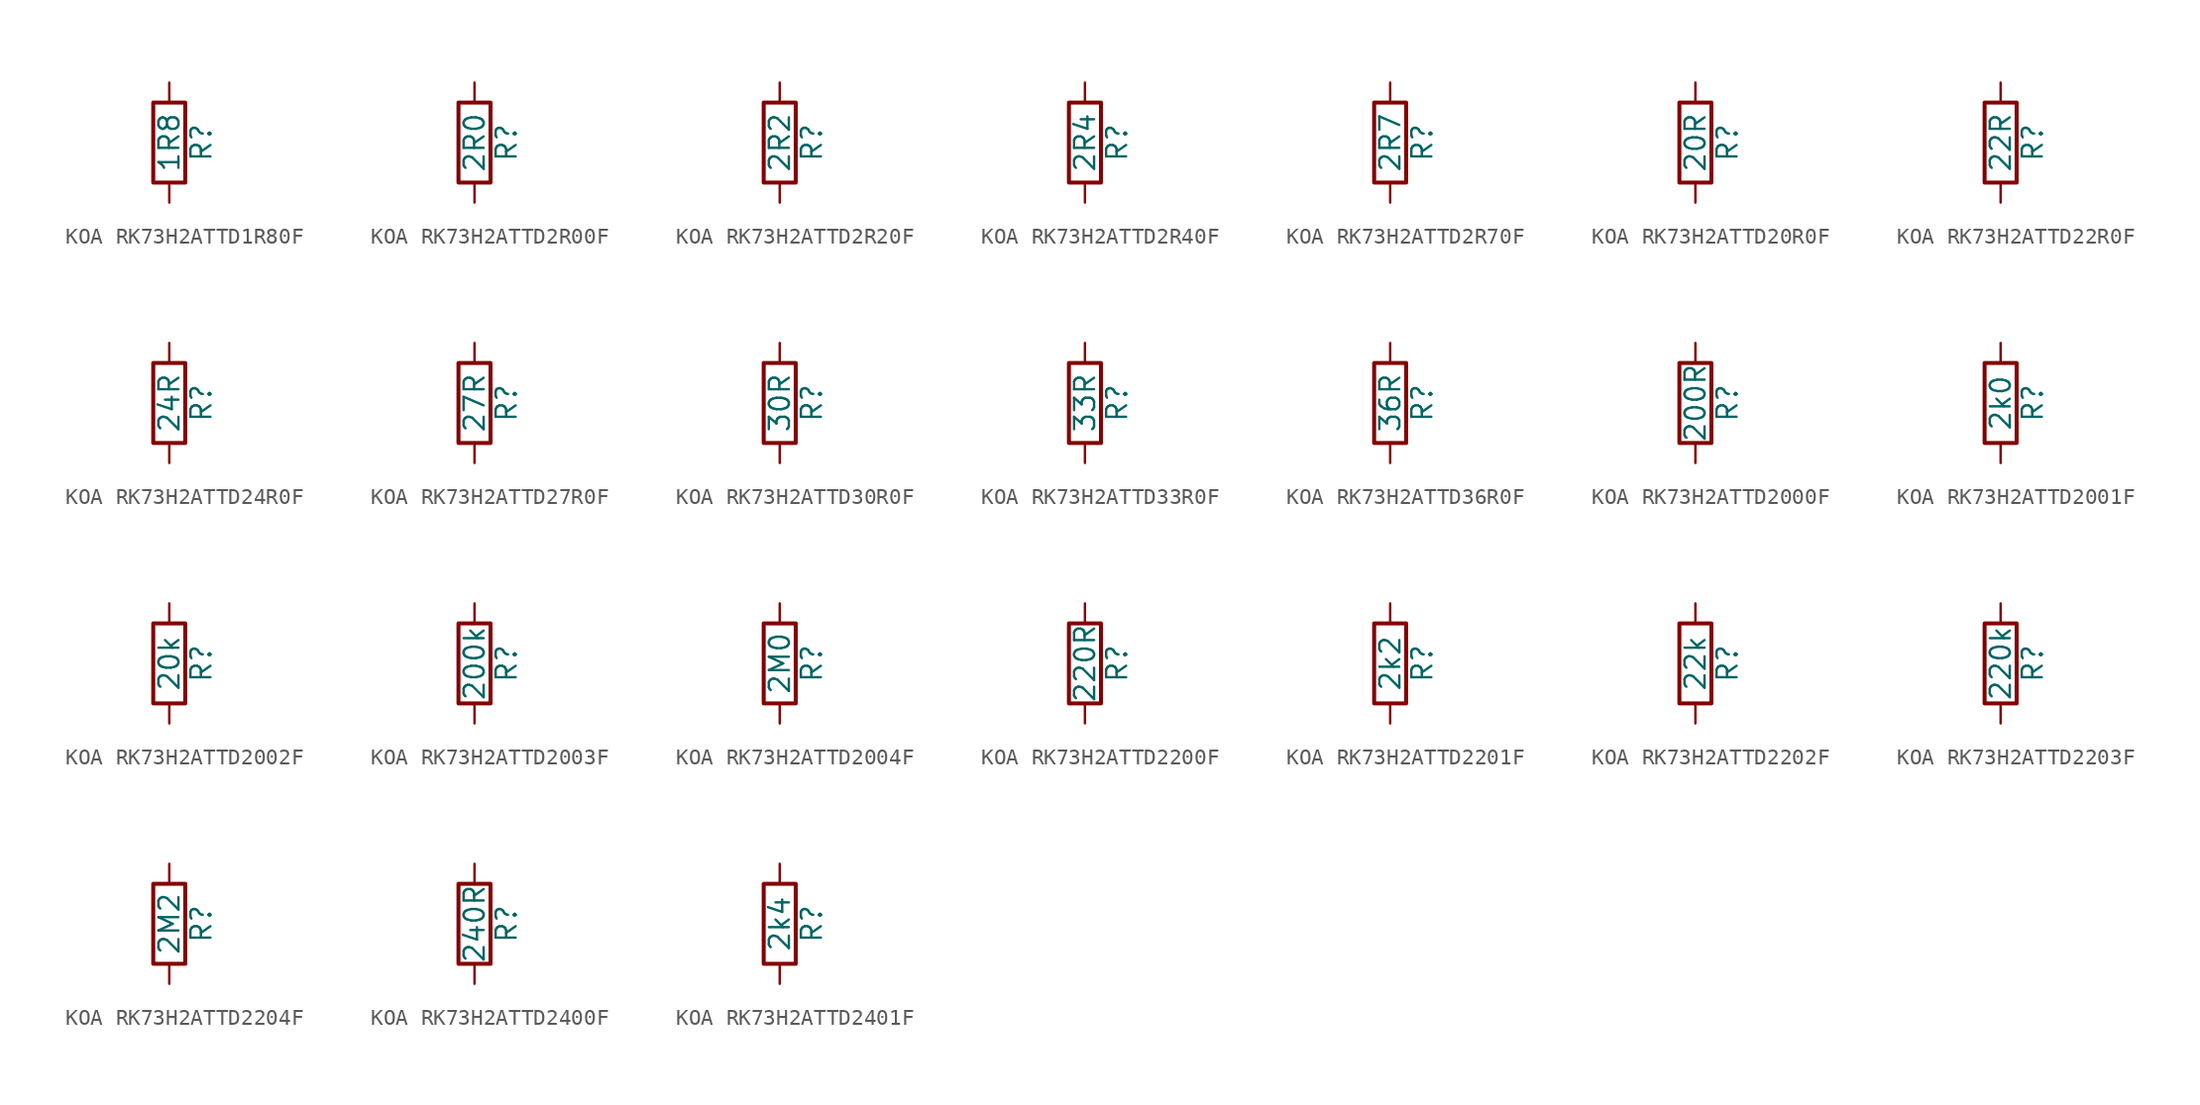
<source format=kicad_sym>
(kicad_symbol_lib
  (version 20220914)
  (generator kicad_symbol_editor)
  (symbol "KOA RK73H2ATTD1R80F"
    (pin_numbers hide)
    (pin_names
      (offset 0))
    (property "Reference" "R"
      (at 2.032 0 90)
      (effects (font (size 1.27 1.27))))
    (property "Value" "1R8"
      (at 0 0 90)
      (effects (font (size 1.27 1.27))))
    (symbol "KOA RK73H2ATTD1R80F_0_1"
      (rectangle (start -1.016 -2.54) (end 1.016 2.54) (stroke (width 0.254) (type default)) (fill (type none))))
    (symbol "KOA RK73H2ATTD1R80F_1_1"
      (pin passive line (at 0 3.81 270) (length 1.27) (name "~" (effects (font (size 1.27 1.27)))) (number "1" (effects (font (size 1.27 1.27)))))
      (pin passive line (at 0 -3.81 90) (length 1.27) (name "~" (effects (font (size 1.27 1.27)))) (number "2" (effects (font (size 1.27 1.27)))))))
  (symbol "KOA RK73H2ATTD2R00F"
    (pin_numbers hide)
    (pin_names
      (offset 0))
    (property "Reference" "R"
      (at 2.032 0 90)
      (effects (font (size 1.27 1.27))))
    (property "Value" "2R0"
      (at 0 0 90)
      (effects (font (size 1.27 1.27))))
    (symbol "KOA RK73H2ATTD2R00F_0_1"
      (rectangle (start -1.016 -2.54) (end 1.016 2.54) (stroke (width 0.254) (type default)) (fill (type none))))
    (symbol "KOA RK73H2ATTD2R00F_1_1"
      (pin passive line (at 0 3.81 270) (length 1.27) (name "~" (effects (font (size 1.27 1.27)))) (number "1" (effects (font (size 1.27 1.27)))))
      (pin passive line (at 0 -3.81 90) (length 1.27) (name "~" (effects (font (size 1.27 1.27)))) (number "2" (effects (font (size 1.27 1.27)))))))
  (symbol "KOA RK73H2ATTD2R20F"
    (pin_numbers hide)
    (pin_names
      (offset 0))
    (property "Reference" "R"
      (at 2.032 0 90)
      (effects (font (size 1.27 1.27))))
    (property "Value" "2R2"
      (at 0 0 90)
      (effects (font (size 1.27 1.27))))
    (symbol "KOA RK73H2ATTD2R20F_0_1"
      (rectangle (start -1.016 -2.54) (end 1.016 2.54) (stroke (width 0.254) (type default)) (fill (type none))))
    (symbol "KOA RK73H2ATTD2R20F_1_1"
      (pin passive line (at 0 3.81 270) (length 1.27) (name "~" (effects (font (size 1.27 1.27)))) (number "1" (effects (font (size 1.27 1.27)))))
      (pin passive line (at 0 -3.81 90) (length 1.27) (name "~" (effects (font (size 1.27 1.27)))) (number "2" (effects (font (size 1.27 1.27)))))))
  (symbol "KOA RK73H2ATTD2R40F"
    (pin_numbers hide)
    (pin_names
      (offset 0))
    (property "Reference" "R"
      (at 2.032 0 90)
      (effects (font (size 1.27 1.27))))
    (property "Value" "2R4"
      (at 0 0 90)
      (effects (font (size 1.27 1.27))))
    (symbol "KOA RK73H2ATTD2R40F_0_1"
      (rectangle (start -1.016 -2.54) (end 1.016 2.54) (stroke (width 0.254) (type default)) (fill (type none))))
    (symbol "KOA RK73H2ATTD2R40F_1_1"
      (pin passive line (at 0 3.81 270) (length 1.27) (name "~" (effects (font (size 1.27 1.27)))) (number "1" (effects (font (size 1.27 1.27)))))
      (pin passive line (at 0 -3.81 90) (length 1.27) (name "~" (effects (font (size 1.27 1.27)))) (number "2" (effects (font (size 1.27 1.27)))))))
  (symbol "KOA RK73H2ATTD2R70F"
    (pin_numbers hide)
    (pin_names
      (offset 0))
    (property "Reference" "R"
      (at 2.032 0 90)
      (effects (font (size 1.27 1.27))))
    (property "Value" "2R7"
      (at 0 0 90)
      (effects (font (size 1.27 1.27))))
    (symbol "KOA RK73H2ATTD2R70F_0_1"
      (rectangle (start -1.016 -2.54) (end 1.016 2.54) (stroke (width 0.254) (type default)) (fill (type none))))
    (symbol "KOA RK73H2ATTD2R70F_1_1"
      (pin passive line (at 0 3.81 270) (length 1.27) (name "~" (effects (font (size 1.27 1.27)))) (number "1" (effects (font (size 1.27 1.27)))))
      (pin passive line (at 0 -3.81 90) (length 1.27) (name "~" (effects (font (size 1.27 1.27)))) (number "2" (effects (font (size 1.27 1.27)))))))
  (symbol "KOA RK73H2ATTD20R0F"
    (pin_numbers hide)
    (pin_names
      (offset 0))
    (property "Reference" "R"
      (at 2.032 0 90)
      (effects (font (size 1.27 1.27))))
    (property "Value" "20R"
      (at 0 0 90)
      (effects (font (size 1.27 1.27))))
    (symbol "KOA RK73H2ATTD20R0F_0_1"
      (rectangle (start -1.016 -2.54) (end 1.016 2.54) (stroke (width 0.254) (type default)) (fill (type none))))
    (symbol "KOA RK73H2ATTD20R0F_1_1"
      (pin passive line (at 0 3.81 270) (length 1.27) (name "~" (effects (font (size 1.27 1.27)))) (number "1" (effects (font (size 1.27 1.27)))))
      (pin passive line (at 0 -3.81 90) (length 1.27) (name "~" (effects (font (size 1.27 1.27)))) (number "2" (effects (font (size 1.27 1.27)))))))
  (symbol "KOA RK73H2ATTD22R0F"
    (pin_numbers hide)
    (pin_names
      (offset 0))
    (property "Reference" "R"
      (at 2.032 0 90)
      (effects (font (size 1.27 1.27))))
    (property "Value" "22R"
      (at 0 0 90)
      (effects (font (size 1.27 1.27))))
    (symbol "KOA RK73H2ATTD22R0F_0_1"
      (rectangle (start -1.016 -2.54) (end 1.016 2.54) (stroke (width 0.254) (type default)) (fill (type none))))
    (symbol "KOA RK73H2ATTD22R0F_1_1"
      (pin passive line (at 0 3.81 270) (length 1.27) (name "~" (effects (font (size 1.27 1.27)))) (number "1" (effects (font (size 1.27 1.27)))))
      (pin passive line (at 0 -3.81 90) (length 1.27) (name "~" (effects (font (size 1.27 1.27)))) (number "2" (effects (font (size 1.27 1.27)))))))
  (symbol "KOA RK73H2ATTD24R0F"
    (pin_numbers hide)
    (pin_names
      (offset 0))
    (property "Reference" "R"
      (at 2.032 0 90)
      (effects (font (size 1.27 1.27))))
    (property "Value" "24R"
      (at 0 0 90)
      (effects (font (size 1.27 1.27))))
    (symbol "KOA RK73H2ATTD24R0F_0_1"
      (rectangle (start -1.016 -2.54) (end 1.016 2.54) (stroke (width 0.254) (type default)) (fill (type none))))
    (symbol "KOA RK73H2ATTD24R0F_1_1"
      (pin passive line (at 0 3.81 270) (length 1.27) (name "~" (effects (font (size 1.27 1.27)))) (number "1" (effects (font (size 1.27 1.27)))))
      (pin passive line (at 0 -3.81 90) (length 1.27) (name "~" (effects (font (size 1.27 1.27)))) (number "2" (effects (font (size 1.27 1.27)))))))
  (symbol "KOA RK73H2ATTD27R0F"
    (pin_numbers hide)
    (pin_names
      (offset 0))
    (property "Reference" "R"
      (at 2.032 0 90)
      (effects (font (size 1.27 1.27))))
    (property "Value" "27R"
      (at 0 0 90)
      (effects (font (size 1.27 1.27))))
    (symbol "KOA RK73H2ATTD27R0F_0_1"
      (rectangle (start -1.016 -2.54) (end 1.016 2.54) (stroke (width 0.254) (type default)) (fill (type none))))
    (symbol "KOA RK73H2ATTD27R0F_1_1"
      (pin passive line (at 0 3.81 270) (length 1.27) (name "~" (effects (font (size 1.27 1.27)))) (number "1" (effects (font (size 1.27 1.27)))))
      (pin passive line (at 0 -3.81 90) (length 1.27) (name "~" (effects (font (size 1.27 1.27)))) (number "2" (effects (font (size 1.27 1.27)))))))
  (symbol "KOA RK73H2ATTD30R0F"
    (pin_numbers hide)
    (pin_names
      (offset 0))
    (property "Reference" "R"
      (at 2.032 0 90)
      (effects (font (size 1.27 1.27))))
    (property "Value" "30R"
      (at 0 0 90)
      (effects (font (size 1.27 1.27))))
    (symbol "KOA RK73H2ATTD30R0F_0_1"
      (rectangle (start -1.016 -2.54) (end 1.016 2.54) (stroke (width 0.254) (type default)) (fill (type none))))
    (symbol "KOA RK73H2ATTD30R0F_1_1"
      (pin passive line (at 0 3.81 270) (length 1.27) (name "~" (effects (font (size 1.27 1.27)))) (number "1" (effects (font (size 1.27 1.27)))))
      (pin passive line (at 0 -3.81 90) (length 1.27) (name "~" (effects (font (size 1.27 1.27)))) (number "2" (effects (font (size 1.27 1.27)))))))
  (symbol "KOA RK73H2ATTD33R0F"
    (pin_numbers hide)
    (pin_names
      (offset 0))
    (property "Reference" "R"
      (at 2.032 0 90)
      (effects (font (size 1.27 1.27))))
    (property "Value" "33R"
      (at 0 0 90)
      (effects (font (size 1.27 1.27))))
    (symbol "KOA RK73H2ATTD33R0F_0_1"
      (rectangle (start -1.016 -2.54) (end 1.016 2.54) (stroke (width 0.254) (type default)) (fill (type none))))
    (symbol "KOA RK73H2ATTD33R0F_1_1"
      (pin passive line (at 0 3.81 270) (length 1.27) (name "~" (effects (font (size 1.27 1.27)))) (number "1" (effects (font (size 1.27 1.27)))))
      (pin passive line (at 0 -3.81 90) (length 1.27) (name "~" (effects (font (size 1.27 1.27)))) (number "2" (effects (font (size 1.27 1.27)))))))
  (symbol "KOA RK73H2ATTD36R0F"
    (pin_numbers hide)
    (pin_names
      (offset 0))
    (property "Reference" "R"
      (at 2.032 0 90)
      (effects (font (size 1.27 1.27))))
    (property "Value" "36R"
      (at 0 0 90)
      (effects (font (size 1.27 1.27))))
    (symbol "KOA RK73H2ATTD36R0F_0_1"
      (rectangle (start -1.016 -2.54) (end 1.016 2.54) (stroke (width 0.254) (type default)) (fill (type none))))
    (symbol "KOA RK73H2ATTD36R0F_1_1"
      (pin passive line (at 0 3.81 270) (length 1.27) (name "~" (effects (font (size 1.27 1.27)))) (number "1" (effects (font (size 1.27 1.27)))))
      (pin passive line (at 0 -3.81 90) (length 1.27) (name "~" (effects (font (size 1.27 1.27)))) (number "2" (effects (font (size 1.27 1.27)))))))
  (symbol "KOA RK73H2ATTD2000F"
    (pin_numbers hide)
    (pin_names
      (offset 0))
    (property "Reference" "R"
      (at 2.032 0 90)
      (effects (font (size 1.27 1.27))))
    (property "Value" "200R"
      (at 0 0 90)
      (effects (font (size 1.27 1.27))))
    (symbol "KOA RK73H2ATTD2000F_0_1"
      (rectangle (start -1.016 -2.54) (end 1.016 2.54) (stroke (width 0.254) (type default)) (fill (type none))))
    (symbol "KOA RK73H2ATTD2000F_1_1"
      (pin passive line (at 0 3.81 270) (length 1.27) (name "~" (effects (font (size 1.27 1.27)))) (number "1" (effects (font (size 1.27 1.27)))))
      (pin passive line (at 0 -3.81 90) (length 1.27) (name "~" (effects (font (size 1.27 1.27)))) (number "2" (effects (font (size 1.27 1.27)))))))
  (symbol "KOA RK73H2ATTD2001F"
    (pin_numbers hide)
    (pin_names
      (offset 0))
    (property "Reference" "R"
      (at 2.032 0 90)
      (effects (font (size 1.27 1.27))))
    (property "Value" "2k0"
      (at 0 0 90)
      (effects (font (size 1.27 1.27))))
    (symbol "KOA RK73H2ATTD2001F_0_1"
      (rectangle (start -1.016 -2.54) (end 1.016 2.54) (stroke (width 0.254) (type default)) (fill (type none))))
    (symbol "KOA RK73H2ATTD2001F_1_1"
      (pin passive line (at 0 3.81 270) (length 1.27) (name "~" (effects (font (size 1.27 1.27)))) (number "1" (effects (font (size 1.27 1.27)))))
      (pin passive line (at 0 -3.81 90) (length 1.27) (name "~" (effects (font (size 1.27 1.27)))) (number "2" (effects (font (size 1.27 1.27)))))))
  (symbol "KOA RK73H2ATTD2002F"
    (pin_numbers hide)
    (pin_names
      (offset 0))
    (property "Reference" "R"
      (at 2.032 0 90)
      (effects (font (size 1.27 1.27))))
    (property "Value" "20k"
      (at 0 0 90)
      (effects (font (size 1.27 1.27))))
    (symbol "KOA RK73H2ATTD2002F_0_1"
      (rectangle (start -1.016 -2.54) (end 1.016 2.54) (stroke (width 0.254) (type default)) (fill (type none))))
    (symbol "KOA RK73H2ATTD2002F_1_1"
      (pin passive line (at 0 3.81 270) (length 1.27) (name "~" (effects (font (size 1.27 1.27)))) (number "1" (effects (font (size 1.27 1.27)))))
      (pin passive line (at 0 -3.81 90) (length 1.27) (name "~" (effects (font (size 1.27 1.27)))) (number "2" (effects (font (size 1.27 1.27)))))))
  (symbol "KOA RK73H2ATTD2003F"
    (pin_numbers hide)
    (pin_names
      (offset 0))
    (property "Reference" "R"
      (at 2.032 0 90)
      (effects (font (size 1.27 1.27))))
    (property "Value" "200k"
      (at 0 0 90)
      (effects (font (size 1.27 1.27))))
    (symbol "KOA RK73H2ATTD2003F_0_1"
      (rectangle (start -1.016 -2.54) (end 1.016 2.54) (stroke (width 0.254) (type default)) (fill (type none))))
    (symbol "KOA RK73H2ATTD2003F_1_1"
      (pin passive line (at 0 3.81 270) (length 1.27) (name "~" (effects (font (size 1.27 1.27)))) (number "1" (effects (font (size 1.27 1.27)))))
      (pin passive line (at 0 -3.81 90) (length 1.27) (name "~" (effects (font (size 1.27 1.27)))) (number "2" (effects (font (size 1.27 1.27)))))))
  (symbol "KOA RK73H2ATTD2004F"
    (pin_numbers hide)
    (pin_names
      (offset 0))
    (property "Reference" "R"
      (at 2.032 0 90)
      (effects (font (size 1.27 1.27))))
    (property "Value" "2M0"
      (at 0 0 90)
      (effects (font (size 1.27 1.27))))
    (symbol "KOA RK73H2ATTD2004F_0_1"
      (rectangle (start -1.016 -2.54) (end 1.016 2.54) (stroke (width 0.254) (type default)) (fill (type none))))
    (symbol "KOA RK73H2ATTD2004F_1_1"
      (pin passive line (at 0 3.81 270) (length 1.27) (name "~" (effects (font (size 1.27 1.27)))) (number "1" (effects (font (size 1.27 1.27)))))
      (pin passive line (at 0 -3.81 90) (length 1.27) (name "~" (effects (font (size 1.27 1.27)))) (number "2" (effects (font (size 1.27 1.27)))))))
  (symbol "KOA RK73H2ATTD2200F"
    (pin_numbers hide)
    (pin_names
      (offset 0))
    (property "Reference" "R"
      (at 2.032 0 90)
      (effects (font (size 1.27 1.27))))
    (property "Value" "220R"
      (at 0 0 90)
      (effects (font (size 1.27 1.27))))
    (symbol "KOA RK73H2ATTD2200F_0_1"
      (rectangle (start -1.016 -2.54) (end 1.016 2.54) (stroke (width 0.254) (type default)) (fill (type none))))
    (symbol "KOA RK73H2ATTD2200F_1_1"
      (pin passive line (at 0 3.81 270) (length 1.27) (name "~" (effects (font (size 1.27 1.27)))) (number "1" (effects (font (size 1.27 1.27)))))
      (pin passive line (at 0 -3.81 90) (length 1.27) (name "~" (effects (font (size 1.27 1.27)))) (number "2" (effects (font (size 1.27 1.27)))))))
  (symbol "KOA RK73H2ATTD2201F"
    (pin_numbers hide)
    (pin_names
      (offset 0))
    (property "Reference" "R"
      (at 2.032 0 90)
      (effects (font (size 1.27 1.27))))
    (property "Value" "2k2"
      (at 0 0 90)
      (effects (font (size 1.27 1.27))))
    (symbol "KOA RK73H2ATTD2201F_0_1"
      (rectangle (start -1.016 -2.54) (end 1.016 2.54) (stroke (width 0.254) (type default)) (fill (type none))))
    (symbol "KOA RK73H2ATTD2201F_1_1"
      (pin passive line (at 0 3.81 270) (length 1.27) (name "~" (effects (font (size 1.27 1.27)))) (number "1" (effects (font (size 1.27 1.27)))))
      (pin passive line (at 0 -3.81 90) (length 1.27) (name "~" (effects (font (size 1.27 1.27)))) (number "2" (effects (font (size 1.27 1.27)))))))
  (symbol "KOA RK73H2ATTD2202F"
    (pin_numbers hide)
    (pin_names
      (offset 0))
    (property "Reference" "R"
      (at 2.032 0 90)
      (effects (font (size 1.27 1.27))))
    (property "Value" "22k"
      (at 0 0 90)
      (effects (font (size 1.27 1.27))))
    (symbol "KOA RK73H2ATTD2202F_0_1"
      (rectangle (start -1.016 -2.54) (end 1.016 2.54) (stroke (width 0.254) (type default)) (fill (type none))))
    (symbol "KOA RK73H2ATTD2202F_1_1"
      (pin passive line (at 0 3.81 270) (length 1.27) (name "~" (effects (font (size 1.27 1.27)))) (number "1" (effects (font (size 1.27 1.27)))))
      (pin passive line (at 0 -3.81 90) (length 1.27) (name "~" (effects (font (size 1.27 1.27)))) (number "2" (effects (font (size 1.27 1.27)))))))
  (symbol "KOA RK73H2ATTD2203F"
    (pin_numbers hide)
    (pin_names
      (offset 0))
    (property "Reference" "R"
      (at 2.032 0 90)
      (effects (font (size 1.27 1.27))))
    (property "Value" "220k"
      (at 0 0 90)
      (effects (font (size 1.27 1.27))))
    (symbol "KOA RK73H2ATTD2203F_0_1"
      (rectangle (start -1.016 -2.54) (end 1.016 2.54) (stroke (width 0.254) (type default)) (fill (type none))))
    (symbol "KOA RK73H2ATTD2203F_1_1"
      (pin passive line (at 0 3.81 270) (length 1.27) (name "~" (effects (font (size 1.27 1.27)))) (number "1" (effects (font (size 1.27 1.27)))))
      (pin passive line (at 0 -3.81 90) (length 1.27) (name "~" (effects (font (size 1.27 1.27)))) (number "2" (effects (font (size 1.27 1.27)))))))
  (symbol "KOA RK73H2ATTD2204F"
    (pin_numbers hide)
    (pin_names
      (offset 0))
    (property "Reference" "R"
      (at 2.032 0 90)
      (effects (font (size 1.27 1.27))))
    (property "Value" "2M2"
      (at 0 0 90)
      (effects (font (size 1.27 1.27))))
    (symbol "KOA RK73H2ATTD2204F_0_1"
      (rectangle (start -1.016 -2.54) (end 1.016 2.54) (stroke (width 0.254) (type default)) (fill (type none))))
    (symbol "KOA RK73H2ATTD2204F_1_1"
      (pin passive line (at 0 3.81 270) (length 1.27) (name "~" (effects (font (size 1.27 1.27)))) (number "1" (effects (font (size 1.27 1.27)))))
      (pin passive line (at 0 -3.81 90) (length 1.27) (name "~" (effects (font (size 1.27 1.27)))) (number "2" (effects (font (size 1.27 1.27)))))))
  (symbol "KOA RK73H2ATTD2400F"
    (pin_numbers hide)
    (pin_names
      (offset 0))
    (property "Reference" "R"
      (at 2.032 0 90)
      (effects (font (size 1.27 1.27))))
    (property "Value" "240R"
      (at 0 0 90)
      (effects (font (size 1.27 1.27))))
    (symbol "KOA RK73H2ATTD2400F_0_1"
      (rectangle (start -1.016 -2.54) (end 1.016 2.54) (stroke (width 0.254) (type default)) (fill (type none))))
    (symbol "KOA RK73H2ATTD2400F_1_1"
      (pin passive line (at 0 3.81 270) (length 1.27) (name "~" (effects (font (size 1.27 1.27)))) (number "1" (effects (font (size 1.27 1.27)))))
      (pin passive line (at 0 -3.81 90) (length 1.27) (name "~" (effects (font (size 1.27 1.27)))) (number "2" (effects (font (size 1.27 1.27)))))))
  (symbol "KOA RK73H2ATTD2401F"
    (pin_numbers hide)
    (pin_names
      (offset 0))
    (property "Reference" "R"
      (at 2.032 0 90)
      (effects (font (size 1.27 1.27))))
    (property "Value" "2k4"
      (at 0 0 90)
      (effects (font (size 1.27 1.27))))
    (symbol "KOA RK73H2ATTD2401F_0_1"
      (rectangle (start -1.016 -2.54) (end 1.016 2.54) (stroke (width 0.254) (type default)) (fill (type none))))
    (symbol "KOA RK73H2ATTD2401F_1_1"
      (pin passive line (at 0 3.81 270) (length 1.27) (name "~" (effects (font (size 1.27 1.27)))) (number "1" (effects (font (size 1.27 1.27)))))
      (pin passive line (at 0 -3.81 90) (length 1.27) (name "~" (effects (font (size 1.27 1.27)))) (number "2" (effects (font (size 1.27 1.27))))))))
</source>
